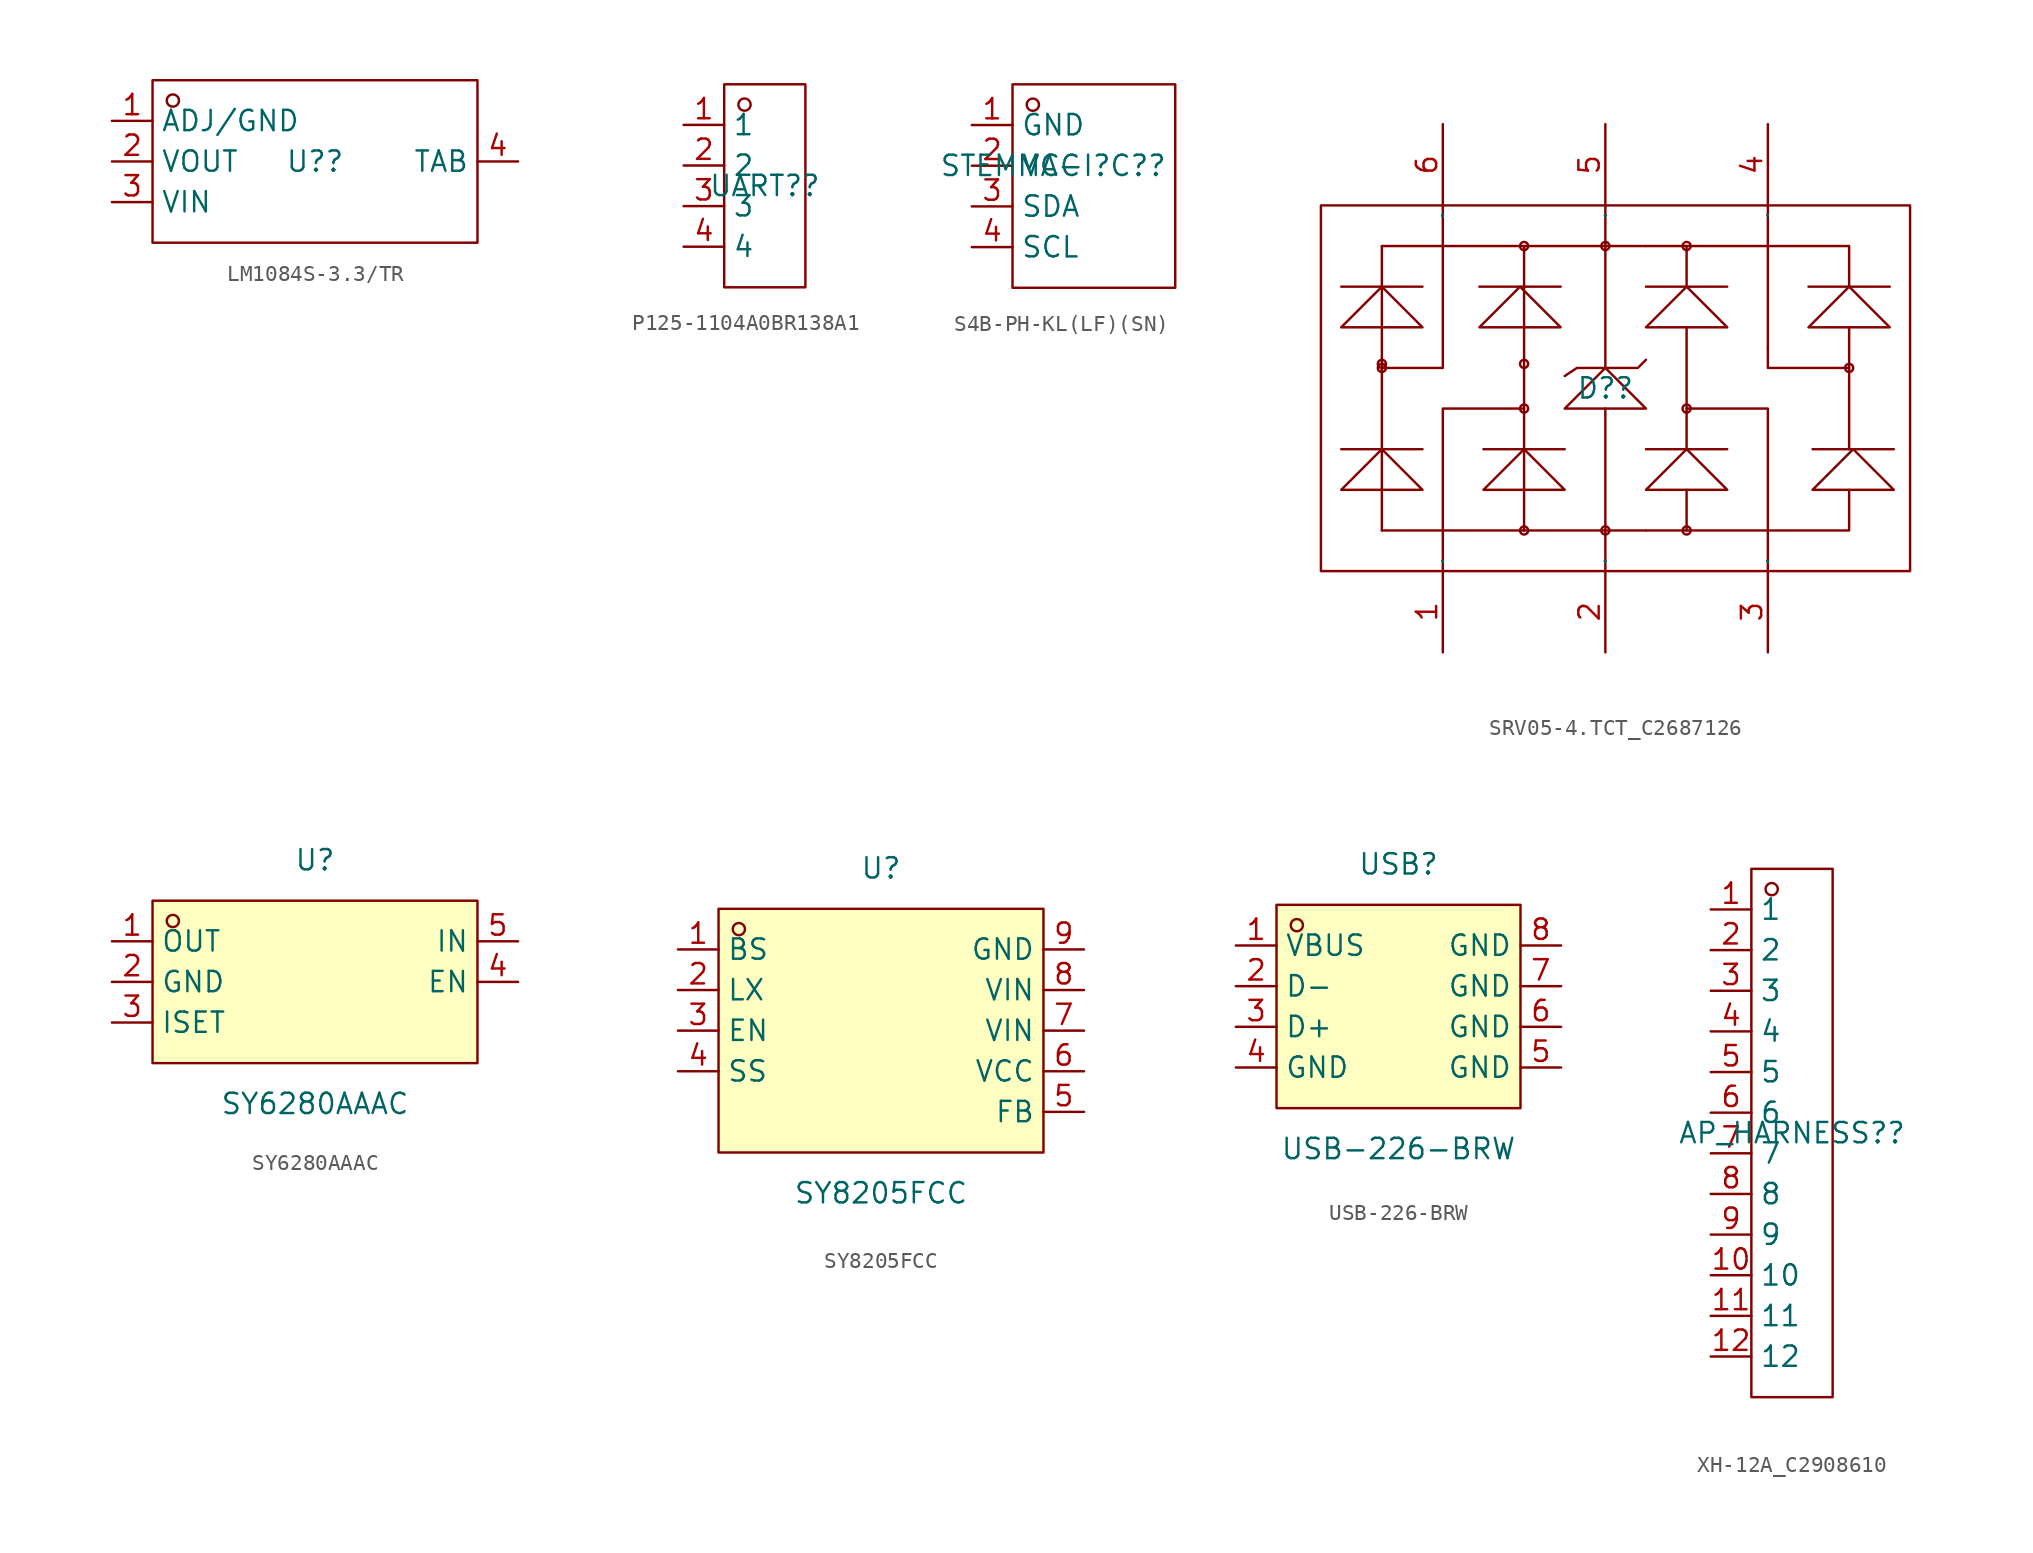
<source format=kicad_sym>
(kicad_symbol_lib
  (version 20231120)
  (generator "kicad_symbol_editor")
  (generator_version "8.0")
  (symbol "LM1084S-3.3/TR"
    (property "Reference" "U?"
      (at 0 0 0)
      (effects (font (size 1.27 1.27))))
    (property "Value" ""
      (at 0 0 0)
      (effects (font (size 1.27 1.27))))
    (symbol "LM1084S-3.3/TR_1_0"
      (rectangle (start -10.16 -5.08) (end 10.16 5.08) (stroke (width 0) (type default)) (fill (type none)))
      (circle (center -8.89 3.81) (radius 0.381) (stroke (width 0) (type default)) (fill (type none)))
      (pin unspecified line (at -12.7 2.54 0) (length 2.54) (name "ADJ/GND" (effects (font (size 1.27 1.27)))) (number "1" (effects (font (size 1.27 1.27)))))
      (pin unspecified line (at -12.7 0 0) (length 2.54) (name "VOUT" (effects (font (size 1.27 1.27)))) (number "2" (effects (font (size 1.27 1.27)))))
      (pin unspecified line (at -12.7 -2.54 0) (length 2.54) (name "VIN" (effects (font (size 1.27 1.27)))) (number "3" (effects (font (size 1.27 1.27)))))
      (pin unspecified line (at 12.7 0 180) (length 2.54) (name "TAB" (effects (font (size 1.27 1.27)))) (number "4" (effects (font (size 1.27 1.27)))))))
  (symbol "P125-1104A0BR138A1"
    (property "Reference" "UART?"
      (at 0 0 0)
      (effects (font (size 1.27 1.27))))
    (property "Value" ""
      (at 0 0 0)
      (effects (font (size 1.27 1.27))))
    (symbol "P125-1104A0BR138A1_1_0"
      (rectangle (start -2.54 -6.35) (end 2.54 6.35) (stroke (width 0) (type default)) (fill (type none)))
      (circle (center -1.27 5.08) (radius 0.381) (stroke (width 0) (type default)) (fill (type none)))
      (pin unspecified line (at -5.08 3.81 0) (length 2.54) (name "1" (effects (font (size 1.27 1.27)))) (number "1" (effects (font (size 1.27 1.27)))))
      (pin unspecified line (at -5.08 1.27 0) (length 2.54) (name "2" (effects (font (size 1.27 1.27)))) (number "2" (effects (font (size 1.27 1.27)))))
      (pin unspecified line (at -5.08 -1.27 0) (length 2.54) (name "3" (effects (font (size 1.27 1.27)))) (number "3" (effects (font (size 1.27 1.27)))))
      (pin unspecified line (at -5.08 -3.81 0) (length 2.54) (name "4" (effects (font (size 1.27 1.27)))) (number "4" (effects (font (size 1.27 1.27)))))))
  (symbol "S4B-PH-KL(LF)(SN)"
    (property "Reference" "STEMMA-I?C?"
      (at 0 0 0)
      (effects (font (size 1.27 1.27))))
    (property "Value" ""
      (at 0 0 0)
      (effects (font (size 1.27 1.27))))
    (symbol "S4B-PH-KL(LF)(SN)_1_0"
      (rectangle (start -2.54 -7.62) (end 7.62 5.08) (stroke (width 0) (type default)) (fill (type none)))
      (circle (center -1.27 3.81) (radius 0.381) (stroke (width 0) (type default)) (fill (type none)))
      (pin unspecified line (at -5.08 2.54 0) (length 2.54) (name "GND" (effects (font (size 1.27 1.27)))) (number "1" (effects (font (size 1.27 1.27)))))
      (pin unspecified line (at -5.08 0 0) (length 2.54) (name "VCC" (effects (font (size 1.27 1.27)))) (number "2" (effects (font (size 1.27 1.27)))))
      (pin unspecified line (at -5.08 -2.54 0) (length 2.54) (name "SDA" (effects (font (size 1.27 1.27)))) (number "3" (effects (font (size 1.27 1.27)))))
      (pin unspecified line (at -5.08 -5.08 0) (length 2.54) (name "SCL" (effects (font (size 1.27 1.27)))) (number "4" (effects (font (size 1.27 1.27)))))))
  (symbol "SRV05-4.TCT_C2687126"
    (property "Reference" "D?"
      (at 0 0 0)
      (effects (font (size 1.27 1.27))))
    (property "Value" ""
      (at 0 0 0)
      (effects (font (size 1.27 1.27))))
    (symbol "SRV05-4.TCT_C2687126_1_0"
      (rectangle (start -17.78 -11.43) (end 19.05 11.43) (stroke (width 0) (type default)) (fill (type none)))
      (circle (center -13.97 1.27) (radius 0.254) (stroke (width 0) (type default)) (fill (type none)))
      (circle (center -13.97 1.524) (radius 0.254) (stroke (width 0) (type default)) (fill (type none)))
      (circle (center -5.08 -8.89) (radius 0.254) (stroke (width 0) (type default)) (fill (type none)))
      (circle (center -5.08 -1.27) (radius 0.254) (stroke (width 0) (type default)) (fill (type none)))
      (circle (center -5.08 1.524) (radius 0.254) (stroke (width 0) (type default)) (fill (type none)))
      (circle (center -5.08 8.89) (radius 0.254) (stroke (width 0) (type default)) (fill (type none)))
      (circle (center 0 -8.89) (radius 0.254) (stroke (width 0) (type default)) (fill (type none)))
      (polyline (pts (xy -16.51 -3.81) (xy -11.43 -3.81)) (stroke (width 0) (type default)) (fill (type none)))
      (polyline (pts (xy -16.51 6.35) (xy -11.43 6.35)) (stroke (width 0) (type default)) (fill (type none)))
      (polyline (pts (xy -13.97 -8.89) (xy -13.97 8.89)) (stroke (width 0) (type default)) (fill (type none)))
      (polyline (pts (xy -13.97 -8.89) (xy 2.54 -8.89)) (stroke (width 0) (type default)) (fill (type none)))
      (polyline (pts (xy -13.97 8.89) (xy 2.54 8.89)) (stroke (width 0) (type default)) (fill (type none)))
      (polyline (pts (xy -7.874 6.35) (xy -2.794 6.35)) (stroke (width 0) (type default)) (fill (type none)))
      (polyline (pts (xy -7.62 -3.81) (xy -2.54 -3.81)) (stroke (width 0) (type default)) (fill (type none)))
      (polyline (pts (xy -5.08 -8.89) (xy -5.08 1.27)) (stroke (width 0) (type default)) (fill (type none)))
      (polyline (pts (xy -5.08 1.27) (xy -5.08 8.89)) (stroke (width 0) (type default)) (fill (type none)))
      (polyline (pts (xy 0 -11.43) (xy 0 -1.27)) (stroke (width 0) (type default)) (fill (type none)))
      (polyline (pts (xy 0 1.27) (xy 0 8.89)) (stroke (width 0) (type default)) (fill (type none)))
      (polyline (pts (xy 0 8.89) (xy 0 11.43)) (stroke (width 0) (type default)) (fill (type none)))
      (polyline (pts (xy 2.54 -3.81) (xy 7.62 -3.81)) (stroke (width 0) (type default)) (fill (type none)))
      (polyline (pts (xy 2.54 6.35) (xy 7.62 6.35)) (stroke (width 0) (type default)) (fill (type none)))
      (polyline (pts (xy 5.08 -3.81) (xy 5.08 3.81)) (stroke (width 0) (type default)) (fill (type none)))
      (polyline (pts (xy 10.16 2.54) (xy 10.16 2.54)) (stroke (width 0) (type default)) (fill (type none)))
      (polyline (pts (xy 10.16 8.89) (xy 10.16 11.43)) (stroke (width 0) (type default)) (fill (type none)))
      (polyline (pts (xy 12.7 6.35) (xy 17.78 6.35)) (stroke (width 0) (type default)) (fill (type none)))
      (polyline (pts (xy 12.954 -3.81) (xy 18.034 -3.81)) (stroke (width 0) (type default)) (fill (type none)))
      (polyline (pts (xy 15.24 -3.81) (xy 15.24 3.81)) (stroke (width 0) (type default)) (fill (type none)))
      (polyline (pts (xy -13.97 1.27) (xy -10.16 1.27) (xy -10.16 1.27) (xy -10.16 11.43)) (stroke (width 0) (type default)) (fill (type none)))
      (polyline (pts (xy -5.08 -1.27) (xy -10.16 -1.27) (xy -10.16 -1.27) (xy -10.16 -11.43)) (stroke (width 0) (type default)) (fill (type none)))
      (polyline (pts (xy 5.08 -8.89) (xy 15.24 -8.89) (xy 15.24 -8.89) (xy 15.24 -6.35)) (stroke (width 0) (type default)) (fill (type none)))
      (polyline (pts (xy 5.08 -6.35) (xy 5.08 -8.89) (xy 5.08 -8.89) (xy 2.54 -8.89)) (stroke (width 0) (type default)) (fill (type none)))
      (polyline (pts (xy 5.08 -1.27) (xy 10.16 -1.27) (xy 10.16 -1.27) (xy 10.16 -11.43)) (stroke (width 0) (type default)) (fill (type none)))
      (polyline (pts (xy 5.08 6.35) (xy 5.08 8.89) (xy 5.08 8.89) (xy 2.54 8.89)) (stroke (width 0) (type default)) (fill (type none)))
      (polyline (pts (xy 15.24 1.27) (xy 10.16 1.27) (xy 10.16 1.27) (xy 10.16 8.89)) (stroke (width 0) (type default)) (fill (type none)))
      (polyline (pts (xy 15.24 6.35) (xy 15.24 8.89) (xy 15.24 8.89) (xy 5.08 8.89)) (stroke (width 0) (type default)) (fill (type none)))
      (polyline (pts (xy -11.43 -6.35) (xy -13.97 -3.81) (xy -13.97 -3.81) (xy -16.51 -6.35) (xy -16.51 -6.35) (xy -11.43 -6.35)) (stroke (width 0) (type default)) (fill (type none)))
      (polyline (pts (xy -11.43 3.81) (xy -13.97 6.35) (xy -13.97 6.35) (xy -16.51 3.81) (xy -16.51 3.81) (xy -11.43 3.81)) (stroke (width 0) (type default)) (fill (type none)))
      (polyline (pts (xy -2.794 3.81) (xy -5.334 6.35) (xy -5.334 6.35) (xy -7.874 3.81) (xy -7.874 3.81) (xy -2.794 3.81)) (stroke (width 0) (type default)) (fill (type none)))
      (polyline (pts (xy -2.54 -6.35) (xy -5.08 -3.81) (xy -5.08 -3.81) (xy -7.62 -6.35) (xy -7.62 -6.35) (xy -2.54 -6.35)) (stroke (width 0) (type default)) (fill (type none)))
      (polyline (pts (xy -2.54 0.762) (xy -1.778 1.27) (xy -1.778 1.27) (xy 2.032 1.27) (xy 2.032 1.27) (xy 2.54 1.778)) (stroke (width 0) (type default)) (fill (type none)))
      (polyline (pts (xy 2.54 -1.27) (xy 0 1.27) (xy 0 1.27) (xy -2.54 -1.27) (xy -2.54 -1.27) (xy 2.54 -1.27)) (stroke (width 0) (type default)) (fill (type none)))
      (polyline (pts (xy 7.62 -6.35) (xy 5.08 -3.81) (xy 5.08 -3.81) (xy 2.54 -6.35) (xy 2.54 -6.35) (xy 7.62 -6.35)) (stroke (width 0) (type default)) (fill (type none)))
      (polyline (pts (xy 7.62 3.81) (xy 5.08 6.35) (xy 5.08 6.35) (xy 2.54 3.81) (xy 2.54 3.81) (xy 7.62 3.81)) (stroke (width 0) (type default)) (fill (type none)))
      (polyline (pts (xy 17.78 3.81) (xy 15.24 6.35) (xy 15.24 6.35) (xy 12.7 3.81) (xy 12.7 3.81) (xy 17.78 3.81)) (stroke (width 0) (type default)) (fill (type none)))
      (polyline (pts (xy 18.034 -6.35) (xy 15.494 -3.81) (xy 15.494 -3.81) (xy 12.954 -6.35) (xy 12.954 -6.35) (xy 18.034 -6.35)) (stroke (width 0) (type default)) (fill (type none)))
      (circle (center 0 8.89) (radius 0.254) (stroke (width 0) (type default)) (fill (type none)))
      (circle (center 5.08 -8.89) (radius 0.254) (stroke (width 0) (type default)) (fill (type none)))
      (circle (center 5.08 -1.27) (radius 0.254) (stroke (width 0) (type default)) (fill (type none)))
      (circle (center 5.08 8.89) (radius 0.254) (stroke (width 0) (type default)) (fill (type none)))
      (circle (center 15.24 1.27) (radius 0.254) (stroke (width 0) (type default)) (fill (type none)))
      (pin input line (at -10.16 -16.51 90) (length 5.08) (name "1" (effects (font (size 0.025 0.025)))) (number "1" (effects (font (size 1.27 1.27)))))
      (pin input line (at 0 -16.51 90) (length 5.08) (name "2" (effects (font (size 0.025 0.025)))) (number "2" (effects (font (size 1.27 1.27)))))
      (pin input line (at 10.16 -16.51 90) (length 5.08) (name "3" (effects (font (size 0.025 0.025)))) (number "3" (effects (font (size 1.27 1.27)))))
      (pin input line (at 10.16 16.51 270) (length 5.08) (name "4" (effects (font (size 0.025 0.025)))) (number "4" (effects (font (size 1.27 1.27)))))
      (pin input line (at 0 16.51 270) (length 5.08) (name "5" (effects (font (size 0.025 0.025)))) (number "5" (effects (font (size 1.27 1.27)))))
      (pin input line (at -10.16 16.51 270) (length 5.08) (name "6" (effects (font (size 0.025 0.025)))) (number "6" (effects (font (size 1.27 1.27)))))))
  (symbol "SY6280AAAC"
    (property "Reference" "U"
      (at 0 7.62 0)
      (effects (font (size 1.27 1.27))))
    (property "Value" "SY6280AAAC"
      (at 0 -7.62 0)
      (effects (font (size 1.27 1.27))))
    (symbol "SY6280AAAC_0_1"
      (rectangle (start -10.16 5.08) (end 10.16 -5.08) (stroke (width 0) (type default) (color 0 0 0 0)) (fill (type background)))
      (circle (center -8.89 3.81) (radius 0.38) (stroke (width 0) (type default) (color 0 0 0 0)) (fill (type none)))
      (pin unspecified line (at -12.70 2.54 0) (length 2.54) (name "OUT" (effects (font (size 1.27 1.27)))) (number "1" (effects (font (size 1.27 1.27)))))
      (pin unspecified line (at -12.70 -0.00 0) (length 2.54) (name "GND" (effects (font (size 1.27 1.27)))) (number "2" (effects (font (size 1.27 1.27)))))
      (pin unspecified line (at -12.70 -2.54 0) (length 2.54) (name "ISET" (effects (font (size 1.27 1.27)))) (number "3" (effects (font (size 1.27 1.27)))))
      (pin unspecified line (at 12.70 -0.00 180) (length 2.54) (name "EN" (effects (font (size 1.27 1.27)))) (number "4" (effects (font (size 1.27 1.27)))))
      (pin unspecified line (at 12.70 2.54 180) (length 2.54) (name "IN" (effects (font (size 1.27 1.27)))) (number "5" (effects (font (size 1.27 1.27)))))))
  (symbol "SY8205FCC"
    (property "Reference" "U"
      (at 0 10.16 0)
      (effects (font (size 1.27 1.27))))
    (property "Value" "SY8205FCC"
      (at 0 -10.16 0)
      (effects (font (size 1.27 1.27))))
    (symbol "SY8205FCC_0_1"
      (rectangle (start -10.16 7.62) (end 10.16 -7.62) (stroke (width 0) (type default) (color 0 0 0 0)) (fill (type background)))
      (circle (center -8.89 6.35) (radius 0.38) (stroke (width 0) (type default) (color 0 0 0 0)) (fill (type none)))
      (pin unspecified line (at -12.70 5.08 0) (length 2.54) (name "BS" (effects (font (size 1.27 1.27)))) (number "1" (effects (font (size 1.27 1.27)))))
      (pin unspecified line (at -12.70 2.54 0) (length 2.54) (name "LX" (effects (font (size 1.27 1.27)))) (number "2" (effects (font (size 1.27 1.27)))))
      (pin unspecified line (at -12.70 -0.00 0) (length 2.54) (name "EN" (effects (font (size 1.27 1.27)))) (number "3" (effects (font (size 1.27 1.27)))))
      (pin unspecified line (at -12.70 -2.54 0) (length 2.54) (name "SS" (effects (font (size 1.27 1.27)))) (number "4" (effects (font (size 1.27 1.27)))))
      (pin unspecified line (at 12.70 -5.08 180) (length 2.54) (name "FB" (effects (font (size 1.27 1.27)))) (number "5" (effects (font (size 1.27 1.27)))))
      (pin unspecified line (at 12.70 -2.54 180) (length 2.54) (name "VCC" (effects (font (size 1.27 1.27)))) (number "6" (effects (font (size 1.27 1.27)))))
      (pin unspecified line (at 12.70 -0.00 180) (length 2.54) (name "VIN" (effects (font (size 1.27 1.27)))) (number "7" (effects (font (size 1.27 1.27)))))
      (pin unspecified line (at 12.70 2.54 180) (length 2.54) (name "VIN" (effects (font (size 1.27 1.27)))) (number "8" (effects (font (size 1.27 1.27)))))
      (pin unspecified line (at 12.70 5.08 180) (length 2.54) (name "GND" (effects (font (size 1.27 1.27)))) (number "9" (effects (font (size 1.27 1.27)))))))
  (symbol "USB-226-BRW"
    (property "Reference" "USB"
      (at 0 8.89 0)
      (effects (font (size 1.27 1.27))))
    (property "Value" "USB-226-BRW"
      (at 0 -8.89 0)
      (effects (font (size 1.27 1.27))))
    (symbol "USB-226-BRW_0_1"
      (rectangle (start -7.62 6.35) (end 7.62 -6.35) (stroke (width 0) (type default) (color 0 0 0 0)) (fill (type background)))
      (circle (center -6.35 5.08) (radius 0.38) (stroke (width 0) (type default) (color 0 0 0 0)) (fill (type none)))
      (pin unspecified line (at -10.16 3.81 0) (length 2.54) (name "VBUS" (effects (font (size 1.27 1.27)))) (number "1" (effects (font (size 1.27 1.27)))))
      (pin unspecified line (at -10.16 1.27 0) (length 2.54) (name "D-" (effects (font (size 1.27 1.27)))) (number "2" (effects (font (size 1.27 1.27)))))
      (pin unspecified line (at -10.16 -1.27 0) (length 2.54) (name "D+" (effects (font (size 1.27 1.27)))) (number "3" (effects (font (size 1.27 1.27)))))
      (pin unspecified line (at -10.16 -3.81 0) (length 2.54) (name "GND" (effects (font (size 1.27 1.27)))) (number "4" (effects (font (size 1.27 1.27)))))
      (pin unspecified line (at 10.16 -3.81 180) (length 2.54) (name "GND" (effects (font (size 1.27 1.27)))) (number "5" (effects (font (size 1.27 1.27)))))
      (pin unspecified line (at 10.16 -1.27 180) (length 2.54) (name "GND" (effects (font (size 1.27 1.27)))) (number "6" (effects (font (size 1.27 1.27)))))
      (pin unspecified line (at 10.16 1.27 180) (length 2.54) (name "GND" (effects (font (size 1.27 1.27)))) (number "7" (effects (font (size 1.27 1.27)))))
      (pin unspecified line (at 10.16 3.81 180) (length 2.54) (name "GND" (effects (font (size 1.27 1.27)))) (number "8" (effects (font (size 1.27 1.27)))))))
  (symbol "XH-12A_C2908610"
    (property "Reference" "AP_HARNESS?"
      (at 0 0 0)
      (effects (font (size 1.27 1.27))))
    (property "Value" ""
      (at 0 0 0)
      (effects (font (size 1.27 1.27))))
    (symbol "XH-12A_C2908610_1_0"
      (rectangle (start -2.54 -16.51) (end 2.54 16.51) (stroke (width 0) (type default)) (fill (type none)))
      (circle (center -1.27 15.24) (radius 0.381) (stroke (width 0) (type default)) (fill (type none)))
      (pin unspecified line (at -5.08 13.97 0) (length 2.54) (name "1" (effects (font (size 1.27 1.27)))) (number "1" (effects (font (size 1.27 1.27)))))
      (pin unspecified line (at -5.08 -8.89 0) (length 2.54) (name "10" (effects (font (size 1.27 1.27)))) (number "10" (effects (font (size 1.27 1.27)))))
      (pin unspecified line (at -5.08 -11.43 0) (length 2.54) (name "11" (effects (font (size 1.27 1.27)))) (number "11" (effects (font (size 1.27 1.27)))))
      (pin unspecified line (at -5.08 -13.97 0) (length 2.54) (name "12" (effects (font (size 1.27 1.27)))) (number "12" (effects (font (size 1.27 1.27)))))
      (pin unspecified line (at -5.08 11.43 0) (length 2.54) (name "2" (effects (font (size 1.27 1.27)))) (number "2" (effects (font (size 1.27 1.27)))))
      (pin unspecified line (at -5.08 8.89 0) (length 2.54) (name "3" (effects (font (size 1.27 1.27)))) (number "3" (effects (font (size 1.27 1.27)))))
      (pin unspecified line (at -5.08 6.35 0) (length 2.54) (name "4" (effects (font (size 1.27 1.27)))) (number "4" (effects (font (size 1.27 1.27)))))
      (pin unspecified line (at -5.08 3.81 0) (length 2.54) (name "5" (effects (font (size 1.27 1.27)))) (number "5" (effects (font (size 1.27 1.27)))))
      (pin unspecified line (at -5.08 1.27 0) (length 2.54) (name "6" (effects (font (size 1.27 1.27)))) (number "6" (effects (font (size 1.27 1.27)))))
      (pin unspecified line (at -5.08 -1.27 0) (length 2.54) (name "7" (effects (font (size 1.27 1.27)))) (number "7" (effects (font (size 1.27 1.27)))))
      (pin unspecified line (at -5.08 -3.81 0) (length 2.54) (name "8" (effects (font (size 1.27 1.27)))) (number "8" (effects (font (size 1.27 1.27)))))
      (pin unspecified line (at -5.08 -6.35 0) (length 2.54) (name "9" (effects (font (size 1.27 1.27)))) (number "9" (effects (font (size 1.27 1.27))))))))
</source>
